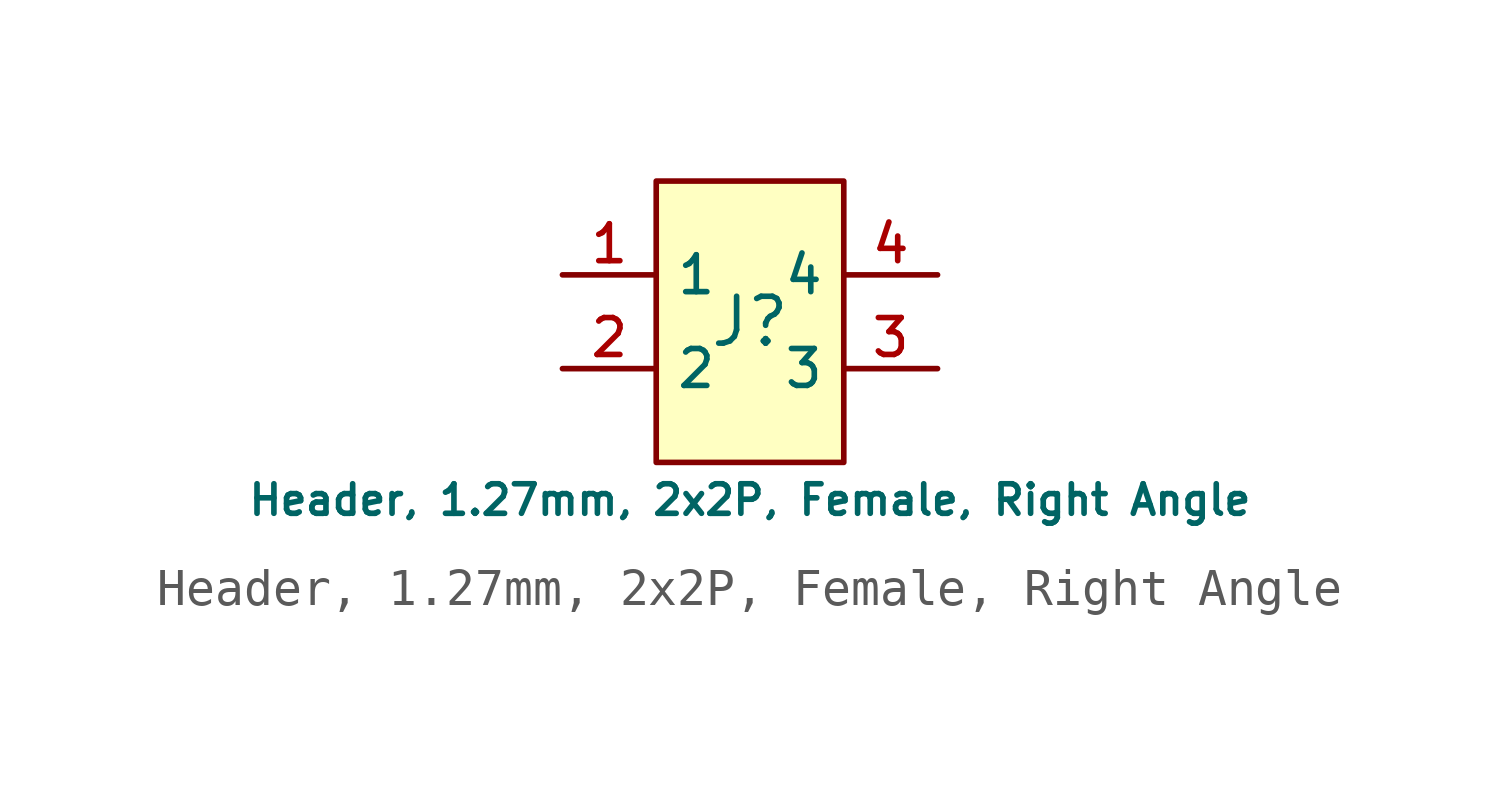
<source format=kicad_sym>
(kicad_symbol_lib
  (version 20231120)
  (generator "CDFER_Archive_Tool")
  (generator_version "0.0")
  (symbol "Header, 1.27mm, 2x2P, Female, Right Angle"
    (property "Reference" "J"
      (at 0 1.27 0)
      (effects (font (size 1.27 1.27))))
    (property "Value" "Header, 1.27mm, 2x2P, Female, Right Angle"
      (at 0 -3.556 0)
      (effects (font (size 0.8 0.8))))
    (symbol "Header, 1.27mm, 2x2P, Female, Right Angle_0_1"
      (rectangle (start -2.54 5.08) (end 2.54 -2.54) (stroke (width 0) (type default)) (fill (type background)))
      (pin unspecified line (at -5.08 2.54 0) (length 2.54) (name "1" (effects (font (size 1 1)))) (number "1" (effects (font (size 1 1)))))
      (pin unspecified line (at -5.08 0 0) (length 2.54) (name "2" (effects (font (size 1 1)))) (number "2" (effects (font (size 1 1)))))
      (pin unspecified line (at 5.08 0 180) (length 2.54) (name "3" (effects (font (size 1 1)))) (number "3" (effects (font (size 1 1)))))
      (pin unspecified line (at 5.08 2.54 180) (length 2.54) (name "4" (effects (font (size 1 1)))) (number "4" (effects (font (size 1 1))))))))
</source>
